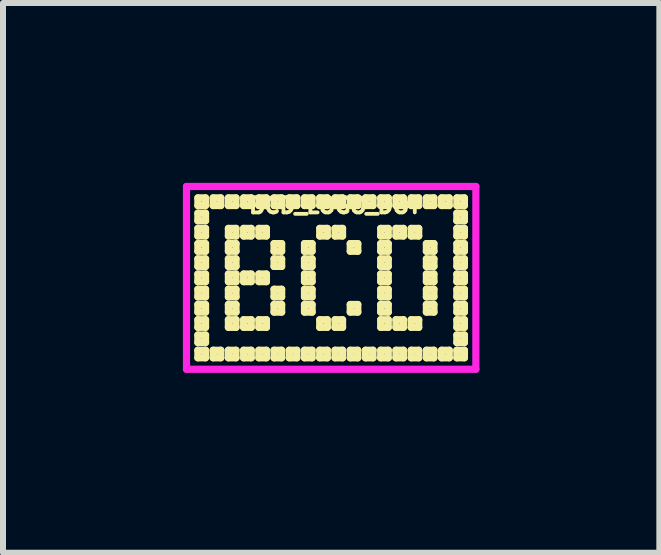
<source format=kicad_pcb>
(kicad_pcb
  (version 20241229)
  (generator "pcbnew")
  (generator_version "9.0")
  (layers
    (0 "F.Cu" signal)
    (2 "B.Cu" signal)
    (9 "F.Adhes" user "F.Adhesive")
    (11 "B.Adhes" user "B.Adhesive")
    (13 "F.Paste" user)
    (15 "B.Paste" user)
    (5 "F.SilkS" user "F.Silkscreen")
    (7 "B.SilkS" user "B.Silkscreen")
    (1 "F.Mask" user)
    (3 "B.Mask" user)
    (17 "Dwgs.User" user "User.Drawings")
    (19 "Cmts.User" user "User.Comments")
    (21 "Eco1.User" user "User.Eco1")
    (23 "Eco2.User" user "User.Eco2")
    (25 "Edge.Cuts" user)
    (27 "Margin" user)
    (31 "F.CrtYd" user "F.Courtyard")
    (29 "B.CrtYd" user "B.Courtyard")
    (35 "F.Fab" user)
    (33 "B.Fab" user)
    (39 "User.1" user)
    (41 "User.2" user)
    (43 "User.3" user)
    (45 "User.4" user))
  (footprint "BCD_LOGO_DOT"
    (layer "F.Cu")
    (at 0.314 0.314)
    (property "Reference" "BCD_LOGO_DOT" (at 2.223 0.064 0) (layer "F.SilkS") (effects (font (size 0.254 0.254) (thickness 0.064))))
    (attr through_hole)
    (fp_line (start -0.064 -0.064) (end 0.064 -0.064) (stroke (width 0.12) (type solid)) (layer "F.SilkS"))
    (fp_line (start -0.064 0.064) (end -0.064 -0.064) (stroke (width 0.12) (type solid)) (layer "F.SilkS"))
    (fp_line (start -0.064 0.191) (end 0.064 0.191) (stroke (width 0.12) (type solid)) (layer "F.SilkS"))
    (fp_line (start -0.064 0.318) (end -0.064 0.191) (stroke (width 0.12) (type solid)) (layer "F.SilkS"))
    (fp_line (start -0.064 0.445) (end 0.064 0.445) (stroke (width 0.12) (type solid)) (layer "F.SilkS"))
    (fp_line (start -0.064 0.572) (end -0.064 0.445) (stroke (width 0.12) (type solid)) (layer "F.SilkS"))
    (fp_line (start -0.064 0.699) (end 0.064 0.699) (stroke (width 0.12) (type solid)) (layer "F.SilkS"))
    (fp_line (start -0.064 0.826) (end -0.064 0.699) (stroke (width 0.12) (type solid)) (layer "F.SilkS"))
    (fp_line (start -0.064 0.953) (end 0.064 0.953) (stroke (width 0.12) (type solid)) (layer "F.SilkS"))
    (fp_line (start -0.064 1.079) (end -0.064 0.953) (stroke (width 0.12) (type solid)) (layer "F.SilkS"))
    (fp_line (start -0.064 1.206) (end 0.064 1.206) (stroke (width 0.12) (type solid)) (layer "F.SilkS"))
    (fp_line (start -0.064 1.333) (end -0.064 1.206) (stroke (width 0.12) (type solid)) (layer "F.SilkS"))
    (fp_line (start -0.064 1.46) (end 0.064 1.46) (stroke (width 0.12) (type solid)) (layer "F.SilkS"))
    (fp_line (start -0.064 1.587) (end -0.064 1.46) (stroke (width 0.12) (type solid)) (layer "F.SilkS"))
    (fp_line (start -0.064 1.714) (end 0.064 1.714) (stroke (width 0.12) (type solid)) (layer "F.SilkS"))
    (fp_line (start -0.064 1.841) (end -0.064 1.714) (stroke (width 0.12) (type solid)) (layer "F.SilkS"))
    (fp_line (start -0.064 1.968) (end 0.064 1.968) (stroke (width 0.12) (type solid)) (layer "F.SilkS"))
    (fp_line (start -0.064 2.095) (end -0.064 1.968) (stroke (width 0.12) (type solid)) (layer "F.SilkS"))
    (fp_line (start -0.064 2.223) (end 0.064 2.223) (stroke (width 0.12) (type solid)) (layer "F.SilkS"))
    (fp_line (start -0.064 2.349) (end -0.064 2.223) (stroke (width 0.12) (type solid)) (layer "F.SilkS"))
    (fp_line (start -0.064 2.477) (end 0.064 2.477) (stroke (width 0.12) (type solid)) (layer "F.SilkS"))
    (fp_line (start -0.064 2.603) (end -0.064 2.477) (stroke (width 0.12) (type solid)) (layer "F.SilkS"))
    (fp_line (start 0.064 -0.064) (end 0.064 0.064) (stroke (width 0.12) (type solid)) (layer "F.SilkS"))
    (fp_line (start 0.064 0.064) (end -0.064 0.064) (stroke (width 0.12) (type solid)) (layer "F.SilkS"))
    (fp_line (start 0.064 0.191) (end 0.064 0.318) (stroke (width 0.12) (type solid)) (layer "F.SilkS"))
    (fp_line (start 0.064 0.318) (end -0.064 0.318) (stroke (width 0.12) (type solid)) (layer "F.SilkS"))
    (fp_line (start 0.064 0.445) (end 0.064 0.572) (stroke (width 0.12) (type solid)) (layer "F.SilkS"))
    (fp_line (start 0.064 0.572) (end -0.064 0.572) (stroke (width 0.12) (type solid)) (layer "F.SilkS"))
    (fp_line (start 0.064 0.699) (end 0.064 0.826) (stroke (width 0.12) (type solid)) (layer "F.SilkS"))
    (fp_line (start 0.064 0.826) (end -0.064 0.826) (stroke (width 0.12) (type solid)) (layer "F.SilkS"))
    (fp_line (start 0.064 0.953) (end 0.064 1.079) (stroke (width 0.12) (type solid)) (layer "F.SilkS"))
    (fp_line (start 0.064 1.079) (end -0.064 1.079) (stroke (width 0.12) (type solid)) (layer "F.SilkS"))
    (fp_line (start 0.064 1.206) (end 0.064 1.333) (stroke (width 0.12) (type solid)) (layer "F.SilkS"))
    (fp_line (start 0.064 1.333) (end -0.064 1.333) (stroke (width 0.12) (type solid)) (layer "F.SilkS"))
    (fp_line (start 0.064 1.46) (end 0.064 1.587) (stroke (width 0.12) (type solid)) (layer "F.SilkS"))
    (fp_line (start 0.064 1.587) (end -0.064 1.587) (stroke (width 0.12) (type solid)) (layer "F.SilkS"))
    (fp_line (start 0.064 1.714) (end 0.064 1.841) (stroke (width 0.12) (type solid)) (layer "F.SilkS"))
    (fp_line (start 0.064 1.841) (end -0.064 1.841) (stroke (width 0.12) (type solid)) (layer "F.SilkS"))
    (fp_line (start 0.064 1.968) (end 0.064 2.095) (stroke (width 0.12) (type solid)) (layer "F.SilkS"))
    (fp_line (start 0.064 2.095) (end -0.064 2.095) (stroke (width 0.12) (type solid)) (layer "F.SilkS"))
    (fp_line (start 0.064 2.223) (end 0.064 2.349) (stroke (width 0.12) (type solid)) (layer "F.SilkS"))
    (fp_line (start 0.064 2.349) (end -0.064 2.349) (stroke (width 0.12) (type solid)) (layer "F.SilkS"))
    (fp_line (start 0.064 2.477) (end 0.064 2.603) (stroke (width 0.12) (type solid)) (layer "F.SilkS"))
    (fp_line (start 0.064 2.603) (end -0.064 2.603) (stroke (width 0.12) (type solid)) (layer "F.SilkS"))
    (fp_line (start 0.191 -0.064) (end 0.318 -0.064) (stroke (width 0.12) (type solid)) (layer "F.SilkS"))
    (fp_line (start 0.191 0.064) (end 0.191 -0.064) (stroke (width 0.12) (type solid)) (layer "F.SilkS"))
    (fp_line (start 0.191 2.477) (end 0.318 2.477) (stroke (width 0.12) (type solid)) (layer "F.SilkS"))
    (fp_line (start 0.191 2.603) (end 0.191 2.477) (stroke (width 0.12) (type solid)) (layer "F.SilkS"))
    (fp_line (start 0.318 -0.064) (end 0.318 0.064) (stroke (width 0.12) (type solid)) (layer "F.SilkS"))
    (fp_line (start 0.318 0.064) (end 0.191 0.064) (stroke (width 0.12) (type solid)) (layer "F.SilkS"))
    (fp_line (start 0.318 2.477) (end 0.318 2.603) (stroke (width 0.12) (type solid)) (layer "F.SilkS"))
    (fp_line (start 0.318 2.603) (end 0.191 2.603) (stroke (width 0.12) (type solid)) (layer "F.SilkS"))
    (fp_line (start 0.445 -0.064) (end 0.572 -0.064) (stroke (width 0.12) (type solid)) (layer "F.SilkS"))
    (fp_line (start 0.445 0.064) (end 0.445 -0.064) (stroke (width 0.12) (type solid)) (layer "F.SilkS"))
    (fp_line (start 0.445 0.445) (end 0.572 0.445) (stroke (width 0.12) (type solid)) (layer "F.SilkS"))
    (fp_line (start 0.445 0.572) (end 0.445 0.445) (stroke (width 0.12) (type solid)) (layer "F.SilkS"))
    (fp_line (start 0.445 0.699) (end 0.572 0.699) (stroke (width 0.12) (type solid)) (layer "F.SilkS"))
    (fp_line (start 0.445 0.826) (end 0.445 0.699) (stroke (width 0.12) (type solid)) (layer "F.SilkS"))
    (fp_line (start 0.445 0.953) (end 0.572 0.953) (stroke (width 0.12) (type solid)) (layer "F.SilkS"))
    (fp_line (start 0.445 1.079) (end 0.445 0.953) (stroke (width 0.12) (type solid)) (layer "F.SilkS"))
    (fp_line (start 0.445 1.206) (end 0.572 1.206) (stroke (width 0.12) (type solid)) (layer "F.SilkS"))
    (fp_line (start 0.445 1.333) (end 0.445 1.206) (stroke (width 0.12) (type solid)) (layer "F.SilkS"))
    (fp_line (start 0.445 1.46) (end 0.572 1.46) (stroke (width 0.12) (type solid)) (layer "F.SilkS"))
    (fp_line (start 0.445 1.587) (end 0.445 1.46) (stroke (width 0.12) (type solid)) (layer "F.SilkS"))
    (fp_line (start 0.445 1.714) (end 0.572 1.714) (stroke (width 0.12) (type solid)) (layer "F.SilkS"))
    (fp_line (start 0.445 1.841) (end 0.445 1.714) (stroke (width 0.12) (type solid)) (layer "F.SilkS"))
    (fp_line (start 0.445 1.968) (end 0.572 1.968) (stroke (width 0.12) (type solid)) (layer "F.SilkS"))
    (fp_line (start 0.445 2.095) (end 0.445 1.968) (stroke (width 0.12) (type solid)) (layer "F.SilkS"))
    (fp_line (start 0.445 2.477) (end 0.572 2.477) (stroke (width 0.12) (type solid)) (layer "F.SilkS"))
    (fp_line (start 0.445 2.603) (end 0.445 2.477) (stroke (width 0.12) (type solid)) (layer "F.SilkS"))
    (fp_line (start 0.572 -0.064) (end 0.572 0.064) (stroke (width 0.12) (type solid)) (layer "F.SilkS"))
    (fp_line (start 0.572 0.064) (end 0.445 0.064) (stroke (width 0.12) (type solid)) (layer "F.SilkS"))
    (fp_line (start 0.572 0.445) (end 0.572 0.572) (stroke (width 0.12) (type solid)) (layer "F.SilkS"))
    (fp_line (start 0.572 0.572) (end 0.445 0.572) (stroke (width 0.12) (type solid)) (layer "F.SilkS"))
    (fp_line (start 0.572 0.699) (end 0.572 0.826) (stroke (width 0.12) (type solid)) (layer "F.SilkS"))
    (fp_line (start 0.572 0.826) (end 0.445 0.826) (stroke (width 0.12) (type solid)) (layer "F.SilkS"))
    (fp_line (start 0.572 0.953) (end 0.572 1.079) (stroke (width 0.12) (type solid)) (layer "F.SilkS"))
    (fp_line (start 0.572 1.079) (end 0.445 1.079) (stroke (width 0.12) (type solid)) (layer "F.SilkS"))
    (fp_line (start 0.572 1.206) (end 0.572 1.333) (stroke (width 0.12) (type solid)) (layer "F.SilkS"))
    (fp_line (start 0.572 1.333) (end 0.445 1.333) (stroke (width 0.12) (type solid)) (layer "F.SilkS"))
    (fp_line (start 0.572 1.46) (end 0.572 1.587) (stroke (width 0.12) (type solid)) (layer "F.SilkS"))
    (fp_line (start 0.572 1.587) (end 0.445 1.587) (stroke (width 0.12) (type solid)) (layer "F.SilkS"))
    (fp_line (start 0.572 1.714) (end 0.572 1.841) (stroke (width 0.12) (type solid)) (layer "F.SilkS"))
    (fp_line (start 0.572 1.841) (end 0.445 1.841) (stroke (width 0.12) (type solid)) (layer "F.SilkS"))
    (fp_line (start 0.572 1.968) (end 0.572 2.095) (stroke (width 0.12) (type solid)) (layer "F.SilkS"))
    (fp_line (start 0.572 2.095) (end 0.445 2.095) (stroke (width 0.12) (type solid)) (layer "F.SilkS"))
    (fp_line (start 0.572 2.477) (end 0.572 2.603) (stroke (width 0.12) (type solid)) (layer "F.SilkS"))
    (fp_line (start 0.572 2.603) (end 0.445 2.603) (stroke (width 0.12) (type solid)) (layer "F.SilkS"))
    (fp_line (start 0.699 -0.064) (end 0.826 -0.064) (stroke (width 0.12) (type solid)) (layer "F.SilkS"))
    (fp_line (start 0.699 0.064) (end 0.699 -0.064) (stroke (width 0.12) (type solid)) (layer "F.SilkS"))
    (fp_line (start 0.699 0.445) (end 0.826 0.445) (stroke (width 0.12) (type solid)) (layer "F.SilkS"))
    (fp_line (start 0.699 0.572) (end 0.699 0.445) (stroke (width 0.12) (type solid)) (layer "F.SilkS"))
    (fp_line (start 0.699 1.206) (end 0.826 1.206) (stroke (width 0.12) (type solid)) (layer "F.SilkS"))
    (fp_line (start 0.699 1.333) (end 0.699 1.206) (stroke (width 0.12) (type solid)) (layer "F.SilkS"))
    (fp_line (start 0.699 1.968) (end 0.826 1.968) (stroke (width 0.12) (type solid)) (layer "F.SilkS"))
    (fp_line (start 0.699 2.095) (end 0.699 1.968) (stroke (width 0.12) (type solid)) (layer "F.SilkS"))
    (fp_line (start 0.699 2.477) (end 0.826 2.477) (stroke (width 0.12) (type solid)) (layer "F.SilkS"))
    (fp_line (start 0.699 2.603) (end 0.699 2.477) (stroke (width 0.12) (type solid)) (layer "F.SilkS"))
    (fp_line (start 0.826 -0.064) (end 0.826 0.064) (stroke (width 0.12) (type solid)) (layer "F.SilkS"))
    (fp_line (start 0.826 0.064) (end 0.699 0.064) (stroke (width 0.12) (type solid)) (layer "F.SilkS"))
    (fp_line (start 0.826 0.445) (end 0.826 0.572) (stroke (width 0.12) (type solid)) (layer "F.SilkS"))
    (fp_line (start 0.826 0.572) (end 0.699 0.572) (stroke (width 0.12) (type solid)) (layer "F.SilkS"))
    (fp_line (start 0.826 1.206) (end 0.826 1.333) (stroke (width 0.12) (type solid)) (layer "F.SilkS"))
    (fp_line (start 0.826 1.333) (end 0.699 1.333) (stroke (width 0.12) (type solid)) (layer "F.SilkS"))
    (fp_line (start 0.826 1.968) (end 0.826 2.095) (stroke (width 0.12) (type solid)) (layer "F.SilkS"))
    (fp_line (start 0.826 2.095) (end 0.699 2.095) (stroke (width 0.12) (type solid)) (layer "F.SilkS"))
    (fp_line (start 0.826 2.477) (end 0.826 2.603) (stroke (width 0.12) (type solid)) (layer "F.SilkS"))
    (fp_line (start 0.826 2.603) (end 0.699 2.603) (stroke (width 0.12) (type solid)) (layer "F.SilkS"))
    (fp_line (start 0.953 -0.064) (end 1.079 -0.064) (stroke (width 0.12) (type solid)) (layer "F.SilkS"))
    (fp_line (start 0.953 0.064) (end 0.953 -0.064) (stroke (width 0.12) (type solid)) (layer "F.SilkS"))
    (fp_line (start 0.953 0.445) (end 1.079 0.445) (stroke (width 0.12) (type solid)) (layer "F.SilkS"))
    (fp_line (start 0.953 0.572) (end 0.953 0.445) (stroke (width 0.12) (type solid)) (layer "F.SilkS"))
    (fp_line (start 0.953 1.206) (end 1.079 1.206) (stroke (width 0.12) (type solid)) (layer "F.SilkS"))
    (fp_line (start 0.953 1.333) (end 0.953 1.206) (stroke (width 0.12) (type solid)) (layer "F.SilkS"))
    (fp_line (start 0.953 1.968) (end 1.079 1.968) (stroke (width 0.12) (type solid)) (layer "F.SilkS"))
    (fp_line (start 0.953 2.095) (end 0.953 1.968) (stroke (width 0.12) (type solid)) (layer "F.SilkS"))
    (fp_line (start 0.953 2.477) (end 1.079 2.477) (stroke (width 0.12) (type solid)) (layer "F.SilkS"))
    (fp_line (start 0.953 2.603) (end 0.953 2.477) (stroke (width 0.12) (type solid)) (layer "F.SilkS"))
    (fp_line (start 1.079 -0.064) (end 1.079 0.064) (stroke (width 0.12) (type solid)) (layer "F.SilkS"))
    (fp_line (start 1.079 0.064) (end 0.953 0.064) (stroke (width 0.12) (type solid)) (layer "F.SilkS"))
    (fp_line (start 1.079 0.445) (end 1.079 0.572) (stroke (width 0.12) (type solid)) (layer "F.SilkS"))
    (fp_line (start 1.079 0.572) (end 0.953 0.572) (stroke (width 0.12) (type solid)) (layer "F.SilkS"))
    (fp_line (start 1.079 1.206) (end 1.079 1.333) (stroke (width 0.12) (type solid)) (layer "F.SilkS"))
    (fp_line (start 1.079 1.333) (end 0.953 1.333) (stroke (width 0.12) (type solid)) (layer "F.SilkS"))
    (fp_line (start 1.079 1.968) (end 1.079 2.095) (stroke (width 0.12) (type solid)) (layer "F.SilkS"))
    (fp_line (start 1.079 2.095) (end 0.953 2.095) (stroke (width 0.12) (type solid)) (layer "F.SilkS"))
    (fp_line (start 1.079 2.477) (end 1.079 2.603) (stroke (width 0.12) (type solid)) (layer "F.SilkS"))
    (fp_line (start 1.079 2.603) (end 0.953 2.603) (stroke (width 0.12) (type solid)) (layer "F.SilkS"))
    (fp_line (start 1.206 -0.064) (end 1.333 -0.064) (stroke (width 0.12) (type solid)) (layer "F.SilkS"))
    (fp_line (start 1.206 0.064) (end 1.206 -0.064) (stroke (width 0.12) (type solid)) (layer "F.SilkS"))
    (fp_line (start 1.206 0.699) (end 1.333 0.699) (stroke (width 0.12) (type solid)) (layer "F.SilkS"))
    (fp_line (start 1.206 0.826) (end 1.206 0.699) (stroke (width 0.12) (type solid)) (layer "F.SilkS"))
    (fp_line (start 1.206 0.953) (end 1.333 0.953) (stroke (width 0.12) (type solid)) (layer "F.SilkS"))
    (fp_line (start 1.206 1.079) (end 1.206 0.953) (stroke (width 0.12) (type solid)) (layer "F.SilkS"))
    (fp_line (start 1.206 1.46) (end 1.333 1.46) (stroke (width 0.12) (type solid)) (layer "F.SilkS"))
    (fp_line (start 1.206 1.587) (end 1.206 1.46) (stroke (width 0.12) (type solid)) (layer "F.SilkS"))
    (fp_line (start 1.206 1.714) (end 1.333 1.714) (stroke (width 0.12) (type solid)) (layer "F.SilkS"))
    (fp_line (start 1.206 1.841) (end 1.206 1.714) (stroke (width 0.12) (type solid)) (layer "F.SilkS"))
    (fp_line (start 1.206 2.477) (end 1.333 2.477) (stroke (width 0.12) (type solid)) (layer "F.SilkS"))
    (fp_line (start 1.206 2.603) (end 1.206 2.477) (stroke (width 0.12) (type solid)) (layer "F.SilkS"))
    (fp_line (start 1.333 -0.064) (end 1.333 0.064) (stroke (width 0.12) (type solid)) (layer "F.SilkS"))
    (fp_line (start 1.333 0.064) (end 1.206 0.064) (stroke (width 0.12) (type solid)) (layer "F.SilkS"))
    (fp_line (start 1.333 0.699) (end 1.333 0.826) (stroke (width 0.12) (type solid)) (layer "F.SilkS"))
    (fp_line (start 1.333 0.826) (end 1.206 0.826) (stroke (width 0.12) (type solid)) (layer "F.SilkS"))
    (fp_line (start 1.333 0.953) (end 1.333 1.079) (stroke (width 0.12) (type solid)) (layer "F.SilkS"))
    (fp_line (start 1.333 1.079) (end 1.206 1.079) (stroke (width 0.12) (type solid)) (layer "F.SilkS"))
    (fp_line (start 1.333 1.46) (end 1.333 1.587) (stroke (width 0.12) (type solid)) (layer "F.SilkS"))
    (fp_line (start 1.333 1.587) (end 1.206 1.587) (stroke (width 0.12) (type solid)) (layer "F.SilkS"))
    (fp_line (start 1.333 1.714) (end 1.333 1.841) (stroke (width 0.12) (type solid)) (layer "F.SilkS"))
    (fp_line (start 1.333 1.841) (end 1.206 1.841) (stroke (width 0.12) (type solid)) (layer "F.SilkS"))
    (fp_line (start 1.333 2.477) (end 1.333 2.603) (stroke (width 0.12) (type solid)) (layer "F.SilkS"))
    (fp_line (start 1.333 2.603) (end 1.206 2.603) (stroke (width 0.12) (type solid)) (layer "F.SilkS"))
    (fp_line (start 1.46 -0.064) (end 1.587 -0.064) (stroke (width 0.12) (type solid)) (layer "F.SilkS"))
    (fp_line (start 1.46 0.064) (end 1.46 -0.064) (stroke (width 0.12) (type solid)) (layer "F.SilkS"))
    (fp_line (start 1.46 2.477) (end 1.587 2.477) (stroke (width 0.12) (type solid)) (layer "F.SilkS"))
    (fp_line (start 1.46 2.603) (end 1.46 2.477) (stroke (width 0.12) (type solid)) (layer "F.SilkS"))
    (fp_line (start 1.587 -0.064) (end 1.587 0.064) (stroke (width 0.12) (type solid)) (layer "F.SilkS"))
    (fp_line (start 1.587 0.064) (end 1.46 0.064) (stroke (width 0.12) (type solid)) (layer "F.SilkS"))
    (fp_line (start 1.587 2.477) (end 1.587 2.603) (stroke (width 0.12) (type solid)) (layer "F.SilkS"))
    (fp_line (start 1.587 2.603) (end 1.46 2.603) (stroke (width 0.12) (type solid)) (layer "F.SilkS"))
    (fp_line (start 1.714 -0.064) (end 1.841 -0.064) (stroke (width 0.12) (type solid)) (layer "F.SilkS"))
    (fp_line (start 1.714 0.064) (end 1.714 -0.064) (stroke (width 0.12) (type solid)) (layer "F.SilkS"))
    (fp_line (start 1.714 0.699) (end 1.841 0.699) (stroke (width 0.12) (type solid)) (layer "F.SilkS"))
    (fp_line (start 1.714 0.826) (end 1.714 0.699) (stroke (width 0.12) (type solid)) (layer "F.SilkS"))
    (fp_line (start 1.714 0.953) (end 1.841 0.953) (stroke (width 0.12) (type solid)) (layer "F.SilkS"))
    (fp_line (start 1.714 1.079) (end 1.714 0.953) (stroke (width 0.12) (type solid)) (layer "F.SilkS"))
    (fp_line (start 1.714 1.206) (end 1.841 1.206) (stroke (width 0.12) (type solid)) (layer "F.SilkS"))
    (fp_line (start 1.714 1.333) (end 1.714 1.206) (stroke (width 0.12) (type solid)) (layer "F.SilkS"))
    (fp_line (start 1.714 1.46) (end 1.841 1.46) (stroke (width 0.12) (type solid)) (layer "F.SilkS"))
    (fp_line (start 1.714 1.587) (end 1.714 1.46) (stroke (width 0.12) (type solid)) (layer "F.SilkS"))
    (fp_line (start 1.714 1.714) (end 1.841 1.714) (stroke (width 0.12) (type solid)) (layer "F.SilkS"))
    (fp_line (start 1.714 1.841) (end 1.714 1.714) (stroke (width 0.12) (type solid)) (layer "F.SilkS"))
    (fp_line (start 1.714 2.477) (end 1.841 2.477) (stroke (width 0.12) (type solid)) (layer "F.SilkS"))
    (fp_line (start 1.714 2.603) (end 1.714 2.477) (stroke (width 0.12) (type solid)) (layer "F.SilkS"))
    (fp_line (start 1.841 -0.064) (end 1.841 0.064) (stroke (width 0.12) (type solid)) (layer "F.SilkS"))
    (fp_line (start 1.841 0.064) (end 1.714 0.064) (stroke (width 0.12) (type solid)) (layer "F.SilkS"))
    (fp_line (start 1.841 0.699) (end 1.841 0.826) (stroke (width 0.12) (type solid)) (layer "F.SilkS"))
    (fp_line (start 1.841 0.826) (end 1.714 0.826) (stroke (width 0.12) (type solid)) (layer "F.SilkS"))
    (fp_line (start 1.841 0.953) (end 1.841 1.079) (stroke (width 0.12) (type solid)) (layer "F.SilkS"))
    (fp_line (start 1.841 1.079) (end 1.714 1.079) (stroke (width 0.12) (type solid)) (layer "F.SilkS"))
    (fp_line (start 1.841 1.206) (end 1.841 1.333) (stroke (width 0.12) (type solid)) (layer "F.SilkS"))
    (fp_line (start 1.841 1.333) (end 1.714 1.333) (stroke (width 0.12) (type solid)) (layer "F.SilkS"))
    (fp_line (start 1.841 1.46) (end 1.841 1.587) (stroke (width 0.12) (type solid)) (layer "F.SilkS"))
    (fp_line (start 1.841 1.587) (end 1.714 1.587) (stroke (width 0.12) (type solid)) (layer "F.SilkS"))
    (fp_line (start 1.841 1.714) (end 1.841 1.841) (stroke (width 0.12) (type solid)) (layer "F.SilkS"))
    (fp_line (start 1.841 1.841) (end 1.714 1.841) (stroke (width 0.12) (type solid)) (layer "F.SilkS"))
    (fp_line (start 1.841 2.477) (end 1.841 2.603) (stroke (width 0.12) (type solid)) (layer "F.SilkS"))
    (fp_line (start 1.841 2.603) (end 1.714 2.603) (stroke (width 0.12) (type solid)) (layer "F.SilkS"))
    (fp_line (start 1.968 -0.064) (end 2.095 -0.064) (stroke (width 0.12) (type solid)) (layer "F.SilkS"))
    (fp_line (start 1.968 0.064) (end 1.968 -0.064) (stroke (width 0.12) (type solid)) (layer "F.SilkS"))
    (fp_line (start 1.968 0.445) (end 2.095 0.445) (stroke (width 0.12) (type solid)) (layer "F.SilkS"))
    (fp_line (start 1.968 0.572) (end 1.968 0.445) (stroke (width 0.12) (type solid)) (layer "F.SilkS"))
    (fp_line (start 1.968 1.968) (end 2.095 1.968) (stroke (width 0.12) (type solid)) (layer "F.SilkS"))
    (fp_line (start 1.968 2.095) (end 1.968 1.968) (stroke (width 0.12) (type solid)) (layer "F.SilkS"))
    (fp_line (start 1.968 2.477) (end 2.095 2.477) (stroke (width 0.12) (type solid)) (layer "F.SilkS"))
    (fp_line (start 1.968 2.603) (end 1.968 2.477) (stroke (width 0.12) (type solid)) (layer "F.SilkS"))
    (fp_line (start 2.095 -0.064) (end 2.095 0.064) (stroke (width 0.12) (type solid)) (layer "F.SilkS"))
    (fp_line (start 2.095 0.064) (end 1.968 0.064) (stroke (width 0.12) (type solid)) (layer "F.SilkS"))
    (fp_line (start 2.095 0.445) (end 2.095 0.572) (stroke (width 0.12) (type solid)) (layer "F.SilkS"))
    (fp_line (start 2.095 0.572) (end 1.968 0.572) (stroke (width 0.12) (type solid)) (layer "F.SilkS"))
    (fp_line (start 2.095 1.968) (end 2.095 2.095) (stroke (width 0.12) (type solid)) (layer "F.SilkS"))
    (fp_line (start 2.095 2.095) (end 1.968 2.095) (stroke (width 0.12) (type solid)) (layer "F.SilkS"))
    (fp_line (start 2.095 2.477) (end 2.095 2.603) (stroke (width 0.12) (type solid)) (layer "F.SilkS"))
    (fp_line (start 2.095 2.603) (end 1.968 2.603) (stroke (width 0.12) (type solid)) (layer "F.SilkS"))
    (fp_line (start 2.223 -0.064) (end 2.349 -0.064) (stroke (width 0.12) (type solid)) (layer "F.SilkS"))
    (fp_line (start 2.223 0.064) (end 2.223 -0.064) (stroke (width 0.12) (type solid)) (layer "F.SilkS"))
    (fp_line (start 2.223 0.445) (end 2.349 0.445) (stroke (width 0.12) (type solid)) (layer "F.SilkS"))
    (fp_line (start 2.223 0.572) (end 2.223 0.445) (stroke (width 0.12) (type solid)) (layer "F.SilkS"))
    (fp_line (start 2.223 1.968) (end 2.349 1.968) (stroke (width 0.12) (type solid)) (layer "F.SilkS"))
    (fp_line (start 2.223 2.095) (end 2.223 1.968) (stroke (width 0.12) (type solid)) (layer "F.SilkS"))
    (fp_line (start 2.223 2.477) (end 2.349 2.477) (stroke (width 0.12) (type solid)) (layer "F.SilkS"))
    (fp_line (start 2.223 2.603) (end 2.223 2.477) (stroke (width 0.12) (type solid)) (layer "F.SilkS"))
    (fp_line (start 2.349 -0.064) (end 2.349 0.064) (stroke (width 0.12) (type solid)) (layer "F.SilkS"))
    (fp_line (start 2.349 0.064) (end 2.223 0.064) (stroke (width 0.12) (type solid)) (layer "F.SilkS"))
    (fp_line (start 2.349 0.445) (end 2.349 0.572) (stroke (width 0.12) (type solid)) (layer "F.SilkS"))
    (fp_line (start 2.349 0.572) (end 2.223 0.572) (stroke (width 0.12) (type solid)) (layer "F.SilkS"))
    (fp_line (start 2.349 1.968) (end 2.349 2.095) (stroke (width 0.12) (type solid)) (layer "F.SilkS"))
    (fp_line (start 2.349 2.095) (end 2.223 2.095) (stroke (width 0.12) (type solid)) (layer "F.SilkS"))
    (fp_line (start 2.349 2.477) (end 2.349 2.603) (stroke (width 0.12) (type solid)) (layer "F.SilkS"))
    (fp_line (start 2.349 2.603) (end 2.223 2.603) (stroke (width 0.12) (type solid)) (layer "F.SilkS"))
    (fp_line (start 2.477 -0.064) (end 2.603 -0.064) (stroke (width 0.12) (type solid)) (layer "F.SilkS"))
    (fp_line (start 2.477 0.064) (end 2.477 -0.064) (stroke (width 0.12) (type solid)) (layer "F.SilkS"))
    (fp_line (start 2.477 0.699) (end 2.603 0.699) (stroke (width 0.12) (type solid)) (layer "F.SilkS"))
    (fp_line (start 2.477 0.826) (end 2.477 0.699) (stroke (width 0.12) (type solid)) (layer "F.SilkS"))
    (fp_line (start 2.477 1.714) (end 2.603 1.714) (stroke (width 0.12) (type solid)) (layer "F.SilkS"))
    (fp_line (start 2.477 1.841) (end 2.477 1.714) (stroke (width 0.12) (type solid)) (layer "F.SilkS"))
    (fp_line (start 2.477 2.477) (end 2.603 2.477) (stroke (width 0.12) (type solid)) (layer "F.SilkS"))
    (fp_line (start 2.477 2.603) (end 2.477 2.477) (stroke (width 0.12) (type solid)) (layer "F.SilkS"))
    (fp_line (start 2.603 -0.064) (end 2.603 0.064) (stroke (width 0.12) (type solid)) (layer "F.SilkS"))
    (fp_line (start 2.603 0.064) (end 2.477 0.064) (stroke (width 0.12) (type solid)) (layer "F.SilkS"))
    (fp_line (start 2.603 0.699) (end 2.603 0.826) (stroke (width 0.12) (type solid)) (layer "F.SilkS"))
    (fp_line (start 2.603 0.826) (end 2.477 0.826) (stroke (width 0.12) (type solid)) (layer "F.SilkS"))
    (fp_line (start 2.603 1.714) (end 2.603 1.841) (stroke (width 0.12) (type solid)) (layer "F.SilkS"))
    (fp_line (start 2.603 1.841) (end 2.477 1.841) (stroke (width 0.12) (type solid)) (layer "F.SilkS"))
    (fp_line (start 2.603 2.477) (end 2.603 2.603) (stroke (width 0.12) (type solid)) (layer "F.SilkS"))
    (fp_line (start 2.603 2.603) (end 2.477 2.603) (stroke (width 0.12) (type solid)) (layer "F.SilkS"))
    (fp_line (start 2.731 -0.064) (end 2.857 -0.064) (stroke (width 0.12) (type solid)) (layer "F.SilkS"))
    (fp_line (start 2.731 0.064) (end 2.731 -0.064) (stroke (width 0.12) (type solid)) (layer "F.SilkS"))
    (fp_line (start 2.731 2.477) (end 2.857 2.477) (stroke (width 0.12) (type solid)) (layer "F.SilkS"))
    (fp_line (start 2.731 2.603) (end 2.731 2.477) (stroke (width 0.12) (type solid)) (layer "F.SilkS"))
    (fp_line (start 2.857 -0.064) (end 2.857 0.064) (stroke (width 0.12) (type solid)) (layer "F.SilkS"))
    (fp_line (start 2.857 0.064) (end 2.731 0.064) (stroke (width 0.12) (type solid)) (layer "F.SilkS"))
    (fp_line (start 2.857 2.477) (end 2.857 2.603) (stroke (width 0.12) (type solid)) (layer "F.SilkS"))
    (fp_line (start 2.857 2.603) (end 2.731 2.603) (stroke (width 0.12) (type solid)) (layer "F.SilkS"))
    (fp_line (start 2.985 -0.064) (end 3.111 -0.064) (stroke (width 0.12) (type solid)) (layer "F.SilkS"))
    (fp_line (start 2.985 0.064) (end 2.985 -0.064) (stroke (width 0.12) (type solid)) (layer "F.SilkS"))
    (fp_line (start 2.985 0.445) (end 3.111 0.445) (stroke (width 0.12) (type solid)) (layer "F.SilkS"))
    (fp_line (start 2.985 0.572) (end 2.985 0.445) (stroke (width 0.12) (type solid)) (layer "F.SilkS"))
    (fp_line (start 2.985 0.699) (end 3.111 0.699) (stroke (width 0.12) (type solid)) (layer "F.SilkS"))
    (fp_line (start 2.985 0.826) (end 2.985 0.699) (stroke (width 0.12) (type solid)) (layer "F.SilkS"))
    (fp_line (start 2.985 0.953) (end 3.111 0.953) (stroke (width 0.12) (type solid)) (layer "F.SilkS"))
    (fp_line (start 2.985 1.079) (end 2.985 0.953) (stroke (width 0.12) (type solid)) (layer "F.SilkS"))
    (fp_line (start 2.985 1.206) (end 3.111 1.206) (stroke (width 0.12) (type solid)) (layer "F.SilkS"))
    (fp_line (start 2.985 1.333) (end 2.985 1.206) (stroke (width 0.12) (type solid)) (layer "F.SilkS"))
    (fp_line (start 2.985 1.46) (end 3.111 1.46) (stroke (width 0.12) (type solid)) (layer "F.SilkS"))
    (fp_line (start 2.985 1.587) (end 2.985 1.46) (stroke (width 0.12) (type solid)) (layer "F.SilkS"))
    (fp_line (start 2.985 1.714) (end 3.111 1.714) (stroke (width 0.12) (type solid)) (layer "F.SilkS"))
    (fp_line (start 2.985 1.841) (end 2.985 1.714) (stroke (width 0.12) (type solid)) (layer "F.SilkS"))
    (fp_line (start 2.985 1.968) (end 3.111 1.968) (stroke (width 0.12) (type solid)) (layer "F.SilkS"))
    (fp_line (start 2.985 2.095) (end 2.985 1.968) (stroke (width 0.12) (type solid)) (layer "F.SilkS"))
    (fp_line (start 2.985 2.477) (end 3.111 2.477) (stroke (width 0.12) (type solid)) (layer "F.SilkS"))
    (fp_line (start 2.985 2.603) (end 2.985 2.477) (stroke (width 0.12) (type solid)) (layer "F.SilkS"))
    (fp_line (start 3.111 -0.064) (end 3.111 0.064) (stroke (width 0.12) (type solid)) (layer "F.SilkS"))
    (fp_line (start 3.111 0.064) (end 2.985 0.064) (stroke (width 0.12) (type solid)) (layer "F.SilkS"))
    (fp_line (start 3.111 0.445) (end 3.111 0.572) (stroke (width 0.12) (type solid)) (layer "F.SilkS"))
    (fp_line (start 3.111 0.572) (end 2.985 0.572) (stroke (width 0.12) (type solid)) (layer "F.SilkS"))
    (fp_line (start 3.111 0.699) (end 3.111 0.826) (stroke (width 0.12) (type solid)) (layer "F.SilkS"))
    (fp_line (start 3.111 0.826) (end 2.985 0.826) (stroke (width 0.12) (type solid)) (layer "F.SilkS"))
    (fp_line (start 3.111 0.953) (end 3.111 1.079) (stroke (width 0.12) (type solid)) (layer "F.SilkS"))
    (fp_line (start 3.111 1.079) (end 2.985 1.079) (stroke (width 0.12) (type solid)) (layer "F.SilkS"))
    (fp_line (start 3.111 1.206) (end 3.111 1.333) (stroke (width 0.12) (type solid)) (layer "F.SilkS"))
    (fp_line (start 3.111 1.333) (end 2.985 1.333) (stroke (width 0.12) (type solid)) (layer "F.SilkS"))
    (fp_line (start 3.111 1.46) (end 3.111 1.587) (stroke (width 0.12) (type solid)) (layer "F.SilkS"))
    (fp_line (start 3.111 1.587) (end 2.985 1.587) (stroke (width 0.12) (type solid)) (layer "F.SilkS"))
    (fp_line (start 3.111 1.714) (end 3.111 1.841) (stroke (width 0.12) (type solid)) (layer "F.SilkS"))
    (fp_line (start 3.111 1.841) (end 2.985 1.841) (stroke (width 0.12) (type solid)) (layer "F.SilkS"))
    (fp_line (start 3.111 1.968) (end 3.111 2.095) (stroke (width 0.12) (type solid)) (layer "F.SilkS"))
    (fp_line (start 3.111 2.095) (end 2.985 2.095) (stroke (width 0.12) (type solid)) (layer "F.SilkS"))
    (fp_line (start 3.111 2.477) (end 3.111 2.603) (stroke (width 0.12) (type solid)) (layer "F.SilkS"))
    (fp_line (start 3.111 2.603) (end 2.985 2.603) (stroke (width 0.12) (type solid)) (layer "F.SilkS"))
    (fp_line (start 3.239 -0.064) (end 3.365 -0.064) (stroke (width 0.12) (type solid)) (layer "F.SilkS"))
    (fp_line (start 3.239 0.064) (end 3.239 -0.064) (stroke (width 0.12) (type solid)) (layer "F.SilkS"))
    (fp_line (start 3.239 0.445) (end 3.365 0.445) (stroke (width 0.12) (type solid)) (layer "F.SilkS"))
    (fp_line (start 3.239 0.572) (end 3.239 0.445) (stroke (width 0.12) (type solid)) (layer "F.SilkS"))
    (fp_line (start 3.239 1.968) (end 3.365 1.968) (stroke (width 0.12) (type solid)) (layer "F.SilkS"))
    (fp_line (start 3.239 2.095) (end 3.239 1.968) (stroke (width 0.12) (type solid)) (layer "F.SilkS"))
    (fp_line (start 3.239 2.477) (end 3.365 2.477) (stroke (width 0.12) (type solid)) (layer "F.SilkS"))
    (fp_line (start 3.239 2.603) (end 3.239 2.477) (stroke (width 0.12) (type solid)) (layer "F.SilkS"))
    (fp_line (start 3.365 -0.064) (end 3.365 0.064) (stroke (width 0.12) (type solid)) (layer "F.SilkS"))
    (fp_line (start 3.365 0.064) (end 3.239 0.064) (stroke (width 0.12) (type solid)) (layer "F.SilkS"))
    (fp_line (start 3.365 0.445) (end 3.365 0.572) (stroke (width 0.12) (type solid)) (layer "F.SilkS"))
    (fp_line (start 3.365 0.572) (end 3.239 0.572) (stroke (width 0.12) (type solid)) (layer "F.SilkS"))
    (fp_line (start 3.365 1.968) (end 3.365 2.095) (stroke (width 0.12) (type solid)) (layer "F.SilkS"))
    (fp_line (start 3.365 2.095) (end 3.239 2.095) (stroke (width 0.12) (type solid)) (layer "F.SilkS"))
    (fp_line (start 3.365 2.477) (end 3.365 2.603) (stroke (width 0.12) (type solid)) (layer "F.SilkS"))
    (fp_line (start 3.365 2.603) (end 3.239 2.603) (stroke (width 0.12) (type solid)) (layer "F.SilkS"))
    (fp_line (start 3.493 -0.064) (end 3.619 -0.064) (stroke (width 0.12) (type solid)) (layer "F.SilkS"))
    (fp_line (start 3.493 0.064) (end 3.493 -0.064) (stroke (width 0.12) (type solid)) (layer "F.SilkS"))
    (fp_line (start 3.493 0.445) (end 3.619 0.445) (stroke (width 0.12) (type solid)) (layer "F.SilkS"))
    (fp_line (start 3.493 0.572) (end 3.493 0.445) (stroke (width 0.12) (type solid)) (layer "F.SilkS"))
    (fp_line (start 3.493 1.968) (end 3.619 1.968) (stroke (width 0.12) (type solid)) (layer "F.SilkS"))
    (fp_line (start 3.493 2.095) (end 3.493 1.968) (stroke (width 0.12) (type solid)) (layer "F.SilkS"))
    (fp_line (start 3.493 2.477) (end 3.619 2.477) (stroke (width 0.12) (type solid)) (layer "F.SilkS"))
    (fp_line (start 3.493 2.603) (end 3.493 2.477) (stroke (width 0.12) (type solid)) (layer "F.SilkS"))
    (fp_line (start 3.619 -0.064) (end 3.619 0.064) (stroke (width 0.12) (type solid)) (layer "F.SilkS"))
    (fp_line (start 3.619 0.064) (end 3.493 0.064) (stroke (width 0.12) (type solid)) (layer "F.SilkS"))
    (fp_line (start 3.619 0.445) (end 3.619 0.572) (stroke (width 0.12) (type solid)) (layer "F.SilkS"))
    (fp_line (start 3.619 0.572) (end 3.493 0.572) (stroke (width 0.12) (type solid)) (layer "F.SilkS"))
    (fp_line (start 3.619 1.968) (end 3.619 2.095) (stroke (width 0.12) (type solid)) (layer "F.SilkS"))
    (fp_line (start 3.619 2.095) (end 3.493 2.095) (stroke (width 0.12) (type solid)) (layer "F.SilkS"))
    (fp_line (start 3.619 2.477) (end 3.619 2.603) (stroke (width 0.12) (type solid)) (layer "F.SilkS"))
    (fp_line (start 3.619 2.603) (end 3.493 2.603) (stroke (width 0.12) (type solid)) (layer "F.SilkS"))
    (fp_line (start 3.747 -0.064) (end 3.873 -0.064) (stroke (width 0.12) (type solid)) (layer "F.SilkS"))
    (fp_line (start 3.747 0.064) (end 3.747 -0.064) (stroke (width 0.12) (type solid)) (layer "F.SilkS"))
    (fp_line (start 3.747 0.699) (end 3.873 0.699) (stroke (width 0.12) (type solid)) (layer "F.SilkS"))
    (fp_line (start 3.747 0.826) (end 3.747 0.699) (stroke (width 0.12) (type solid)) (layer "F.SilkS"))
    (fp_line (start 3.747 0.953) (end 3.873 0.953) (stroke (width 0.12) (type solid)) (layer "F.SilkS"))
    (fp_line (start 3.747 1.079) (end 3.747 0.953) (stroke (width 0.12) (type solid)) (layer "F.SilkS"))
    (fp_line (start 3.747 1.206) (end 3.873 1.206) (stroke (width 0.12) (type solid)) (layer "F.SilkS"))
    (fp_line (start 3.747 1.333) (end 3.747 1.206) (stroke (width 0.12) (type solid)) (layer "F.SilkS"))
    (fp_line (start 3.747 1.46) (end 3.873 1.46) (stroke (width 0.12) (type solid)) (layer "F.SilkS"))
    (fp_line (start 3.747 1.587) (end 3.747 1.46) (stroke (width 0.12) (type solid)) (layer "F.SilkS"))
    (fp_line (start 3.747 1.714) (end 3.873 1.714) (stroke (width 0.12) (type solid)) (layer "F.SilkS"))
    (fp_line (start 3.747 1.841) (end 3.747 1.714) (stroke (width 0.12) (type solid)) (layer "F.SilkS"))
    (fp_line (start 3.747 2.477) (end 3.873 2.477) (stroke (width 0.12) (type solid)) (layer "F.SilkS"))
    (fp_line (start 3.747 2.603) (end 3.747 2.477) (stroke (width 0.12) (type solid)) (layer "F.SilkS"))
    (fp_line (start 3.873 -0.064) (end 3.873 0.064) (stroke (width 0.12) (type solid)) (layer "F.SilkS"))
    (fp_line (start 3.873 0.064) (end 3.747 0.064) (stroke (width 0.12) (type solid)) (layer "F.SilkS"))
    (fp_line (start 3.873 0.699) (end 3.873 0.826) (stroke (width 0.12) (type solid)) (layer "F.SilkS"))
    (fp_line (start 3.873 0.826) (end 3.747 0.826) (stroke (width 0.12) (type solid)) (layer "F.SilkS"))
    (fp_line (start 3.873 0.953) (end 3.873 1.079) (stroke (width 0.12) (type solid)) (layer "F.SilkS"))
    (fp_line (start 3.873 1.079) (end 3.747 1.079) (stroke (width 0.12) (type solid)) (layer "F.SilkS"))
    (fp_line (start 3.873 1.206) (end 3.873 1.333) (stroke (width 0.12) (type solid)) (layer "F.SilkS"))
    (fp_line (start 3.873 1.333) (end 3.747 1.333) (stroke (width 0.12) (type solid)) (layer "F.SilkS"))
    (fp_line (start 3.873 1.46) (end 3.873 1.587) (stroke (width 0.12) (type solid)) (layer "F.SilkS"))
    (fp_line (start 3.873 1.587) (end 3.747 1.587) (stroke (width 0.12) (type solid)) (layer "F.SilkS"))
    (fp_line (start 3.873 1.714) (end 3.873 1.841) (stroke (width 0.12) (type solid)) (layer "F.SilkS"))
    (fp_line (start 3.873 1.841) (end 3.747 1.841) (stroke (width 0.12) (type solid)) (layer "F.SilkS"))
    (fp_line (start 3.873 2.477) (end 3.873 2.603) (stroke (width 0.12) (type solid)) (layer "F.SilkS"))
    (fp_line (start 3.873 2.603) (end 3.747 2.603) (stroke (width 0.12) (type solid)) (layer "F.SilkS"))
    (fp_line (start 4 -0.064) (end 4.128 -0.064) (stroke (width 0.12) (type solid)) (layer "F.SilkS"))
    (fp_line (start 4 0.064) (end 4 -0.064) (stroke (width 0.12) (type solid)) (layer "F.SilkS"))
    (fp_line (start 4 2.477) (end 4.128 2.477) (stroke (width 0.12) (type solid)) (layer "F.SilkS"))
    (fp_line (start 4 2.603) (end 4 2.477) (stroke (width 0.12) (type solid)) (layer "F.SilkS"))
    (fp_line (start 4.128 -0.064) (end 4.128 0.064) (stroke (width 0.12) (type solid)) (layer "F.SilkS"))
    (fp_line (start 4.128 0.064) (end 4 0.064) (stroke (width 0.12) (type solid)) (layer "F.SilkS"))
    (fp_line (start 4.128 2.477) (end 4.128 2.603) (stroke (width 0.12) (type solid)) (layer "F.SilkS"))
    (fp_line (start 4.128 2.603) (end 4 2.603) (stroke (width 0.12) (type solid)) (layer "F.SilkS"))
    (fp_line (start 4.255 -0.064) (end 4.381 -0.064) (stroke (width 0.12) (type solid)) (layer "F.SilkS"))
    (fp_line (start 4.255 0.064) (end 4.255 -0.064) (stroke (width 0.12) (type solid)) (layer "F.SilkS"))
    (fp_line (start 4.255 0.191) (end 4.381 0.191) (stroke (width 0.12) (type solid)) (layer "F.SilkS"))
    (fp_line (start 4.255 0.318) (end 4.255 0.191) (stroke (width 0.12) (type solid)) (layer "F.SilkS"))
    (fp_line (start 4.255 0.445) (end 4.381 0.445) (stroke (width 0.12) (type solid)) (layer "F.SilkS"))
    (fp_line (start 4.255 0.572) (end 4.255 0.445) (stroke (width 0.12) (type solid)) (layer "F.SilkS"))
    (fp_line (start 4.255 0.699) (end 4.381 0.699) (stroke (width 0.12) (type solid)) (layer "F.SilkS"))
    (fp_line (start 4.255 0.826) (end 4.255 0.699) (stroke (width 0.12) (type solid)) (layer "F.SilkS"))
    (fp_line (start 4.255 0.953) (end 4.381 0.953) (stroke (width 0.12) (type solid)) (layer "F.SilkS"))
    (fp_line (start 4.255 1.079) (end 4.255 0.953) (stroke (width 0.12) (type solid)) (layer "F.SilkS"))
    (fp_line (start 4.255 1.206) (end 4.381 1.206) (stroke (width 0.12) (type solid)) (layer "F.SilkS"))
    (fp_line (start 4.255 1.333) (end 4.255 1.206) (stroke (width 0.12) (type solid)) (layer "F.SilkS"))
    (fp_line (start 4.255 1.46) (end 4.381 1.46) (stroke (width 0.12) (type solid)) (layer "F.SilkS"))
    (fp_line (start 4.255 1.587) (end 4.255 1.46) (stroke (width 0.12) (type solid)) (layer "F.SilkS"))
    (fp_line (start 4.255 1.714) (end 4.381 1.714) (stroke (width 0.12) (type solid)) (layer "F.SilkS"))
    (fp_line (start 4.255 1.841) (end 4.255 1.714) (stroke (width 0.12) (type solid)) (layer "F.SilkS"))
    (fp_line (start 4.255 1.968) (end 4.381 1.968) (stroke (width 0.12) (type solid)) (layer "F.SilkS"))
    (fp_line (start 4.255 2.095) (end 4.255 1.968) (stroke (width 0.12) (type solid)) (layer "F.SilkS"))
    (fp_line (start 4.255 2.223) (end 4.381 2.223) (stroke (width 0.12) (type solid)) (layer "F.SilkS"))
    (fp_line (start 4.255 2.349) (end 4.255 2.223) (stroke (width 0.12) (type solid)) (layer "F.SilkS"))
    (fp_line (start 4.255 2.477) (end 4.381 2.477) (stroke (width 0.12) (type solid)) (layer "F.SilkS"))
    (fp_line (start 4.255 2.603) (end 4.255 2.477) (stroke (width 0.12) (type solid)) (layer "F.SilkS"))
    (fp_line (start 4.381 -0.064) (end 4.381 0.064) (stroke (width 0.12) (type solid)) (layer "F.SilkS"))
    (fp_line (start 4.381 0.064) (end 4.255 0.064) (stroke (width 0.12) (type solid)) (layer "F.SilkS"))
    (fp_line (start 4.381 0.191) (end 4.381 0.318) (stroke (width 0.12) (type solid)) (layer "F.SilkS"))
    (fp_line (start 4.381 0.318) (end 4.255 0.318) (stroke (width 0.12) (type solid)) (layer "F.SilkS"))
    (fp_line (start 4.381 0.445) (end 4.381 0.572) (stroke (width 0.12) (type solid)) (layer "F.SilkS"))
    (fp_line (start 4.381 0.572) (end 4.255 0.572) (stroke (width 0.12) (type solid)) (layer "F.SilkS"))
    (fp_line (start 4.381 0.699) (end 4.381 0.826) (stroke (width 0.12) (type solid)) (layer "F.SilkS"))
    (fp_line (start 4.381 0.826) (end 4.255 0.826) (stroke (width 0.12) (type solid)) (layer "F.SilkS"))
    (fp_line (start 4.381 0.953) (end 4.381 1.079) (stroke (width 0.12) (type solid)) (layer "F.SilkS"))
    (fp_line (start 4.381 1.079) (end 4.255 1.079) (stroke (width 0.12) (type solid)) (layer "F.SilkS"))
    (fp_line (start 4.381 1.206) (end 4.381 1.333) (stroke (width 0.12) (type solid)) (layer "F.SilkS"))
    (fp_line (start 4.381 1.333) (end 4.255 1.333) (stroke (width 0.12) (type solid)) (layer "F.SilkS"))
    (fp_line (start 4.381 1.46) (end 4.381 1.587) (stroke (width 0.12) (type solid)) (layer "F.SilkS"))
    (fp_line (start 4.381 1.587) (end 4.255 1.587) (stroke (width 0.12) (type solid)) (layer "F.SilkS"))
    (fp_line (start 4.381 1.714) (end 4.381 1.841) (stroke (width 0.12) (type solid)) (layer "F.SilkS"))
    (fp_line (start 4.381 1.841) (end 4.255 1.841) (stroke (width 0.12) (type solid)) (layer "F.SilkS"))
    (fp_line (start 4.381 1.968) (end 4.381 2.095) (stroke (width 0.12) (type solid)) (layer "F.SilkS"))
    (fp_line (start 4.381 2.095) (end 4.255 2.095) (stroke (width 0.12) (type solid)) (layer "F.SilkS"))
    (fp_line (start 4.381 2.223) (end 4.381 2.349) (stroke (width 0.12) (type solid)) (layer "F.SilkS"))
    (fp_line (start 4.381 2.349) (end 4.255 2.349) (stroke (width 0.12) (type solid)) (layer "F.SilkS"))
    (fp_line (start 4.381 2.477) (end 4.381 2.603) (stroke (width 0.12) (type solid)) (layer "F.SilkS"))
    (fp_line (start 4.381 2.603) (end 4.255 2.603) (stroke (width 0.12) (type solid)) (layer "F.SilkS"))
    (fp_line (start -0.254 -0.254) (end -0.254 2.794) (stroke (width 0.12) (type solid)) (layer "F.CrtYd"))
    (fp_line (start -0.254 2.794) (end 4.572 2.794) (stroke (width 0.12) (type solid)) (layer "F.CrtYd"))
    (fp_line (start 4.572 -0.254) (end -0.254 -0.254) (stroke (width 0.12) (type solid)) (layer "F.CrtYd"))
    (fp_line (start 4.572 2.794) (end 4.572 -0.254) (stroke (width 0.12) (type solid)) (layer "F.CrtYd")))
  (gr_rect
    (start -3 -3)
    (end 7.946 6.168)
    (stroke (width 0.1) (type default))
    (fill no)
    (layer "Edge.Cuts")))
</source>
